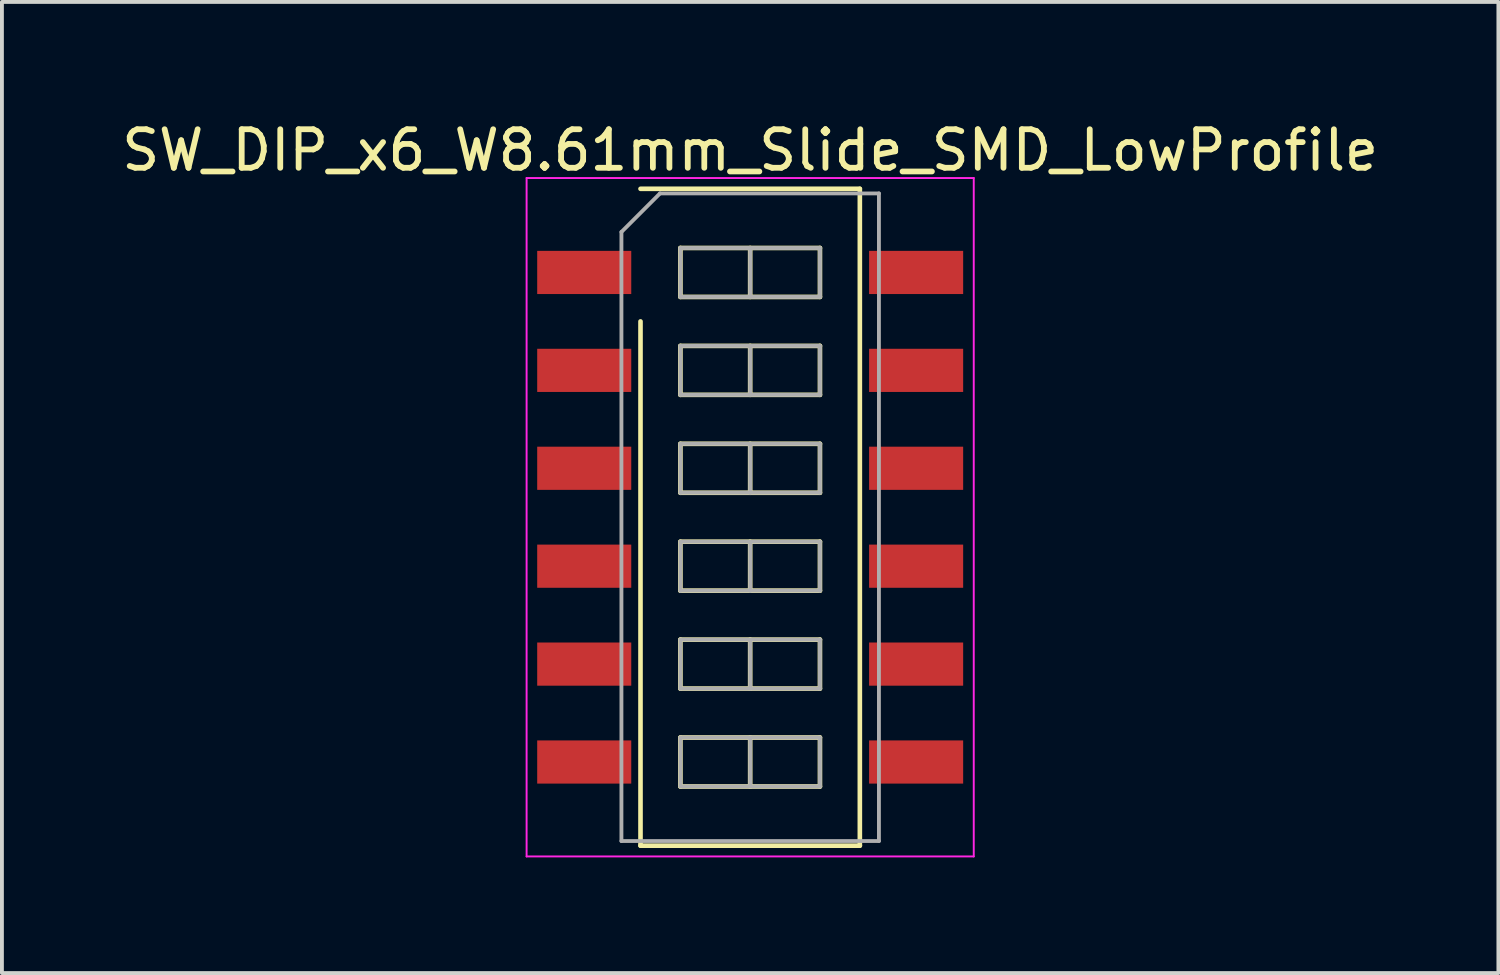
<source format=kicad_pcb>
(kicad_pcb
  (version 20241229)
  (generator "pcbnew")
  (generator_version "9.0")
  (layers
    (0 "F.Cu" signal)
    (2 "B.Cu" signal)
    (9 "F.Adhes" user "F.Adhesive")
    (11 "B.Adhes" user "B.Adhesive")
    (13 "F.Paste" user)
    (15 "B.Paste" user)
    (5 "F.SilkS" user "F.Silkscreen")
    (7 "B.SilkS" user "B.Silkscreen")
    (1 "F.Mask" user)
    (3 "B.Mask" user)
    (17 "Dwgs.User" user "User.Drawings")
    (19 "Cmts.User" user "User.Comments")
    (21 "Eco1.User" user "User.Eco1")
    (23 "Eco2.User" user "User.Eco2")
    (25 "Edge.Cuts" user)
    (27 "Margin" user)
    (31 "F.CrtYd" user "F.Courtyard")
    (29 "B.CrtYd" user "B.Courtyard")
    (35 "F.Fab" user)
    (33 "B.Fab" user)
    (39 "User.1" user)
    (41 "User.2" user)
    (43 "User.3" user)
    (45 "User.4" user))
  (footprint "SW_DIP_x6_W8.61mm_Slide_SMD_LowProfile"
    (layer "F.Cu")
    (at 16.411 10.368)
    (property "Reference" "SW_DIP_x6_W8.61mm_Slide_SMD_LowProfile" (at 0 -9.52 0) (layer "F.SilkS") (effects (font (size 1 1) (thickness 0.15))))
    (attr smd)
    (fp_line (start -2.845 -8.52) (end 2.845 -8.52) (stroke (width 0.12) (type solid)) (layer "F.SilkS"))
    (fp_line (start -2.845 8.52) (end -2.845 -5.08) (stroke (width 0.12) (type solid)) (layer "F.SilkS"))
    (fp_line (start -1.81 -6.985) (end -1.81 -5.715) (stroke (width 0.12) (type solid)) (layer "F.SilkS"))
    (fp_line (start -1.81 -5.715) (end 1.81 -5.715) (stroke (width 0.12) (type solid)) (layer "F.SilkS"))
    (fp_line (start -1.81 -4.445) (end -1.81 -3.175) (stroke (width 0.12) (type solid)) (layer "F.SilkS"))
    (fp_line (start -1.81 -3.175) (end 1.81 -3.175) (stroke (width 0.12) (type solid)) (layer "F.SilkS"))
    (fp_line (start -1.81 -1.905) (end -1.81 -0.635) (stroke (width 0.12) (type solid)) (layer "F.SilkS"))
    (fp_line (start -1.81 -0.635) (end 1.81 -0.635) (stroke (width 0.12) (type solid)) (layer "F.SilkS"))
    (fp_line (start -1.81 0.635) (end -1.81 1.905) (stroke (width 0.12) (type solid)) (layer "F.SilkS"))
    (fp_line (start -1.81 1.905) (end 1.81 1.905) (stroke (width 0.12) (type solid)) (layer "F.SilkS"))
    (fp_line (start -1.81 3.175) (end -1.81 4.445) (stroke (width 0.12) (type solid)) (layer "F.SilkS"))
    (fp_line (start -1.81 4.445) (end 1.81 4.445) (stroke (width 0.12) (type solid)) (layer "F.SilkS"))
    (fp_line (start -1.81 5.715) (end -1.81 6.985) (stroke (width 0.12) (type solid)) (layer "F.SilkS"))
    (fp_line (start -1.81 6.985) (end 1.81 6.985) (stroke (width 0.12) (type solid)) (layer "F.SilkS"))
    (fp_line (start 0 -6.985) (end 0 -5.715) (stroke (width 0.12) (type solid)) (layer "F.SilkS"))
    (fp_line (start 0 -4.445) (end 0 -3.175) (stroke (width 0.12) (type solid)) (layer "F.SilkS"))
    (fp_line (start 0 -1.905) (end 0 -0.635) (stroke (width 0.12) (type solid)) (layer "F.SilkS"))
    (fp_line (start 0 0.635) (end 0 1.905) (stroke (width 0.12) (type solid)) (layer "F.SilkS"))
    (fp_line (start 0 3.175) (end 0 4.445) (stroke (width 0.12) (type solid)) (layer "F.SilkS"))
    (fp_line (start 0 5.715) (end 0 6.985) (stroke (width 0.12) (type solid)) (layer "F.SilkS"))
    (fp_line (start 1.81 -6.985) (end -1.81 -6.985) (stroke (width 0.12) (type solid)) (layer "F.SilkS"))
    (fp_line (start 1.81 -5.715) (end 1.81 -6.985) (stroke (width 0.12) (type solid)) (layer "F.SilkS"))
    (fp_line (start 1.81 -4.445) (end -1.81 -4.445) (stroke (width 0.12) (type solid)) (layer "F.SilkS"))
    (fp_line (start 1.81 -3.175) (end 1.81 -4.445) (stroke (width 0.12) (type solid)) (layer "F.SilkS"))
    (fp_line (start 1.81 -1.905) (end -1.81 -1.905) (stroke (width 0.12) (type solid)) (layer "F.SilkS"))
    (fp_line (start 1.81 -0.635) (end 1.81 -1.905) (stroke (width 0.12) (type solid)) (layer "F.SilkS"))
    (fp_line (start 1.81 0.635) (end -1.81 0.635) (stroke (width 0.12) (type solid)) (layer "F.SilkS"))
    (fp_line (start 1.81 1.905) (end 1.81 0.635) (stroke (width 0.12) (type solid)) (layer "F.SilkS"))
    (fp_line (start 1.81 3.175) (end -1.81 3.175) (stroke (width 0.12) (type solid)) (layer "F.SilkS"))
    (fp_line (start 1.81 4.445) (end 1.81 3.175) (stroke (width 0.12) (type solid)) (layer "F.SilkS"))
    (fp_line (start 1.81 5.715) (end -1.81 5.715) (stroke (width 0.12) (type solid)) (layer "F.SilkS"))
    (fp_line (start 1.81 6.985) (end 1.81 5.715) (stroke (width 0.12) (type solid)) (layer "F.SilkS"))
    (fp_line (start 2.845 -8.52) (end 2.845 8.52) (stroke (width 0.12) (type solid)) (layer "F.SilkS"))
    (fp_line (start 2.845 8.52) (end -2.845 8.52) (stroke (width 0.12) (type solid)) (layer "F.SilkS"))
    (fp_line (start -5.8 -8.8) (end -5.8 8.8) (stroke (width 0.05) (type solid)) (layer "F.CrtYd"))
    (fp_line (start -5.8 8.8) (end 5.8 8.8) (stroke (width 0.05) (type solid)) (layer "F.CrtYd"))
    (fp_line (start 5.8 -8.8) (end -5.8 -8.8) (stroke (width 0.05) (type solid)) (layer "F.CrtYd"))
    (fp_line (start 5.8 8.8) (end 5.8 -8.8) (stroke (width 0.05) (type solid)) (layer "F.CrtYd"))
    (fp_line (start -3.34 -7.4) (end -2.34 -8.4) (stroke (width 0.1) (type solid)) (layer "F.Fab"))
    (fp_line (start -3.34 8.4) (end -3.34 -7.4) (stroke (width 0.1) (type solid)) (layer "F.Fab"))
    (fp_line (start -2.34 -8.4) (end 3.34 -8.4) (stroke (width 0.1) (type solid)) (layer "F.Fab"))
    (fp_line (start -1.81 -6.985) (end -1.81 -5.715) (stroke (width 0.1) (type solid)) (layer "F.Fab"))
    (fp_line (start -1.81 -5.715) (end 1.81 -5.715) (stroke (width 0.1) (type solid)) (layer "F.Fab"))
    (fp_line (start -1.81 -4.445) (end -1.81 -3.175) (stroke (width 0.1) (type solid)) (layer "F.Fab"))
    (fp_line (start -1.81 -3.175) (end 1.81 -3.175) (stroke (width 0.1) (type solid)) (layer "F.Fab"))
    (fp_line (start -1.81 -1.905) (end -1.81 -0.635) (stroke (width 0.1) (type solid)) (layer "F.Fab"))
    (fp_line (start -1.81 -0.635) (end 1.81 -0.635) (stroke (width 0.1) (type solid)) (layer "F.Fab"))
    (fp_line (start -1.81 0.635) (end -1.81 1.905) (stroke (width 0.1) (type solid)) (layer "F.Fab"))
    (fp_line (start -1.81 1.905) (end 1.81 1.905) (stroke (width 0.1) (type solid)) (layer "F.Fab"))
    (fp_line (start -1.81 3.175) (end -1.81 4.445) (stroke (width 0.1) (type solid)) (layer "F.Fab"))
    (fp_line (start -1.81 4.445) (end 1.81 4.445) (stroke (width 0.1) (type solid)) (layer "F.Fab"))
    (fp_line (start -1.81 5.715) (end -1.81 6.985) (stroke (width 0.1) (type solid)) (layer "F.Fab"))
    (fp_line (start -1.81 6.985) (end 1.81 6.985) (stroke (width 0.1) (type solid)) (layer "F.Fab"))
    (fp_line (start 0 -6.985) (end 0 -5.715) (stroke (width 0.1) (type solid)) (layer "F.Fab"))
    (fp_line (start 0 -4.445) (end 0 -3.175) (stroke (width 0.1) (type solid)) (layer "F.Fab"))
    (fp_line (start 0 -1.905) (end 0 -0.635) (stroke (width 0.1) (type solid)) (layer "F.Fab"))
    (fp_line (start 0 0.635) (end 0 1.905) (stroke (width 0.1) (type solid)) (layer "F.Fab"))
    (fp_line (start 0 3.175) (end 0 4.445) (stroke (width 0.1) (type solid)) (layer "F.Fab"))
    (fp_line (start 0 5.715) (end 0 6.985) (stroke (width 0.1) (type solid)) (layer "F.Fab"))
    (fp_line (start 1.81 -6.985) (end -1.81 -6.985) (stroke (width 0.1) (type solid)) (layer "F.Fab"))
    (fp_line (start 1.81 -5.715) (end 1.81 -6.985) (stroke (width 0.1) (type solid)) (layer "F.Fab"))
    (fp_line (start 1.81 -4.445) (end -1.81 -4.445) (stroke (width 0.1) (type solid)) (layer "F.Fab"))
    (fp_line (start 1.81 -3.175) (end 1.81 -4.445) (stroke (width 0.1) (type solid)) (layer "F.Fab"))
    (fp_line (start 1.81 -1.905) (end -1.81 -1.905) (stroke (width 0.1) (type solid)) (layer "F.Fab"))
    (fp_line (start 1.81 -0.635) (end 1.81 -1.905) (stroke (width 0.1) (type solid)) (layer "F.Fab"))
    (fp_line (start 1.81 0.635) (end -1.81 0.635) (stroke (width 0.1) (type solid)) (layer "F.Fab"))
    (fp_line (start 1.81 1.905) (end 1.81 0.635) (stroke (width 0.1) (type solid)) (layer "F.Fab"))
    (fp_line (start 1.81 3.175) (end -1.81 3.175) (stroke (width 0.1) (type solid)) (layer "F.Fab"))
    (fp_line (start 1.81 4.445) (end 1.81 3.175) (stroke (width 0.1) (type solid)) (layer "F.Fab"))
    (fp_line (start 1.81 5.715) (end -1.81 5.715) (stroke (width 0.1) (type solid)) (layer "F.Fab"))
    (fp_line (start 1.81 6.985) (end 1.81 5.715) (stroke (width 0.1) (type solid)) (layer "F.Fab"))
    (fp_line (start 3.34 -8.4) (end 3.34 8.4) (stroke (width 0.1) (type solid)) (layer "F.Fab"))
    (fp_line (start 3.34 8.4) (end -3.34 8.4) (stroke (width 0.1) (type solid)) (layer "F.Fab"))
    (pad "1" smd rect (at -4.305 -6.35) (size 2.44 1.12) (layers "F.Cu" "F.Mask"))
    (pad "2" smd rect (at -4.305 -3.81) (size 2.44 1.12) (layers "F.Cu" "F.Mask"))
    (pad "3" smd rect (at -4.305 -1.27) (size 2.44 1.12) (layers "F.Cu" "F.Mask"))
    (pad "4" smd rect (at -4.305 1.27) (size 2.44 1.12) (layers "F.Cu" "F.Mask"))
    (pad "5" smd rect (at -4.305 3.81) (size 2.44 1.12) (layers "F.Cu" "F.Mask"))
    (pad "6" smd rect (at -4.305 6.35) (size 2.44 1.12) (layers "F.Cu" "F.Mask"))
    (pad "7" smd rect (at 4.305 6.35) (size 2.44 1.12) (layers "F.Cu" "F.Mask"))
    (pad "8" smd rect (at 4.305 3.81) (size 2.44 1.12) (layers "F.Cu" "F.Mask"))
    (pad "9" smd rect (at 4.305 1.27) (size 2.44 1.12) (layers "F.Cu" "F.Mask"))
    (pad "10" smd rect (at 4.305 -1.27) (size 2.44 1.12) (layers "F.Cu" "F.Mask"))
    (pad "11" smd rect (at 4.305 -3.81) (size 2.44 1.12) (layers "F.Cu" "F.Mask"))
    (pad "12" smd rect (at 4.305 -6.35) (size 2.44 1.12) (layers "F.Cu" "F.Mask")))
  (gr_rect
    (start -3 -3)
    (end 35.821 22.193)
    (stroke (width 0.1) (type default))
    (fill no)
    (layer "Edge.Cuts")))
</source>
